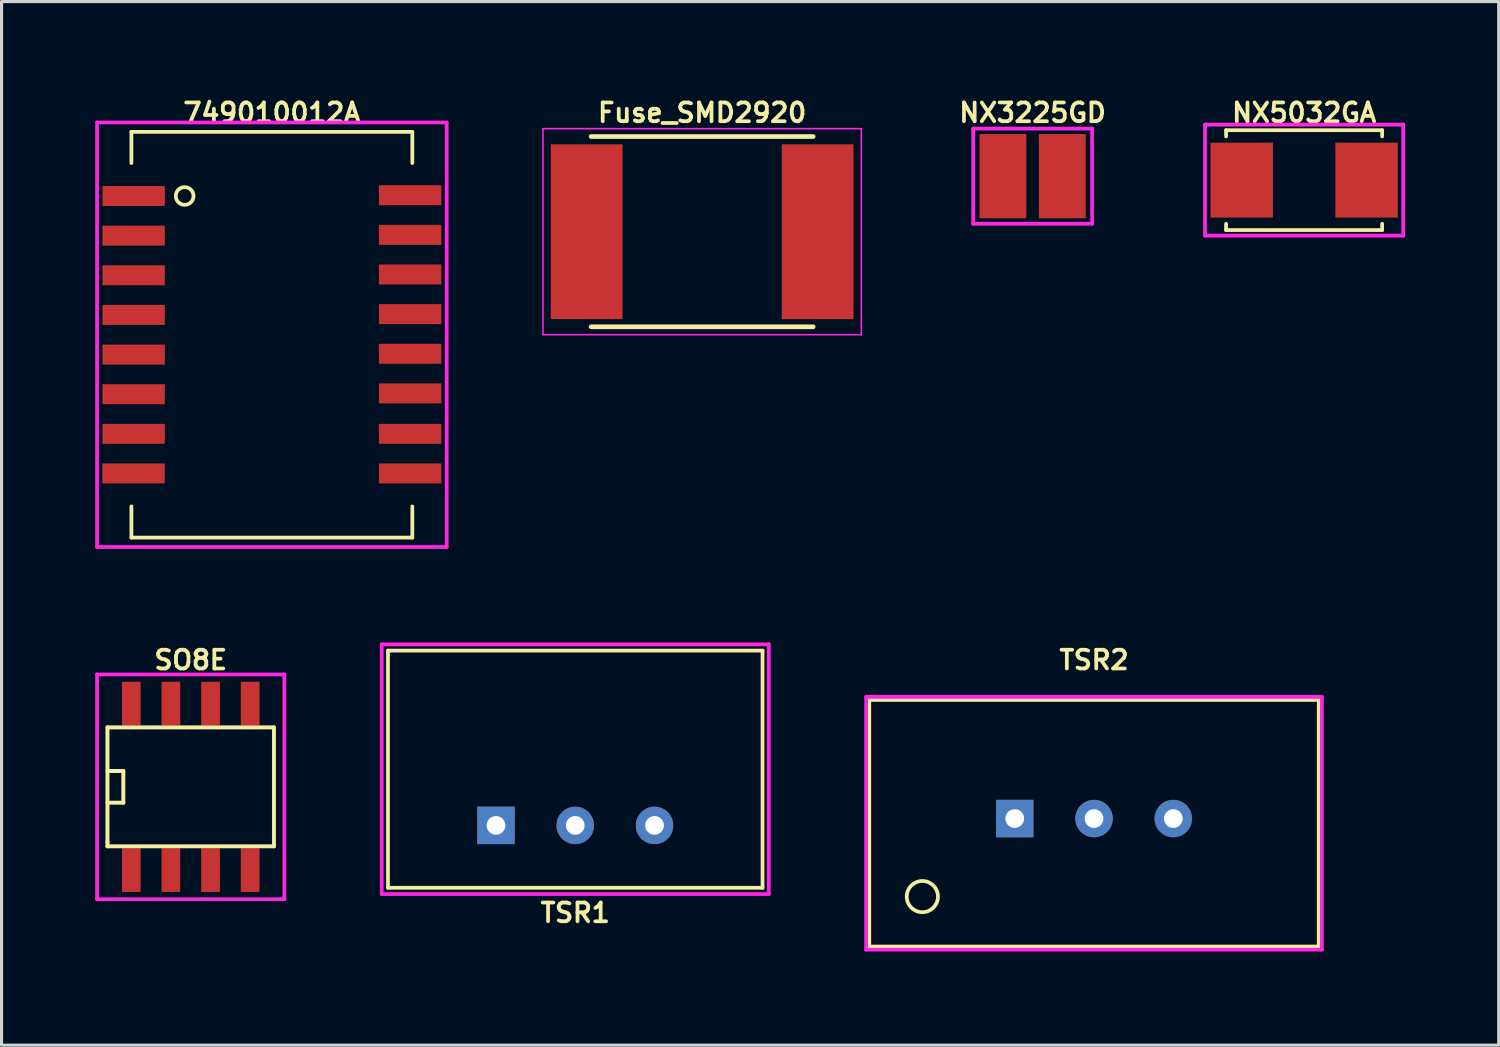
<source format=kicad_pcb>
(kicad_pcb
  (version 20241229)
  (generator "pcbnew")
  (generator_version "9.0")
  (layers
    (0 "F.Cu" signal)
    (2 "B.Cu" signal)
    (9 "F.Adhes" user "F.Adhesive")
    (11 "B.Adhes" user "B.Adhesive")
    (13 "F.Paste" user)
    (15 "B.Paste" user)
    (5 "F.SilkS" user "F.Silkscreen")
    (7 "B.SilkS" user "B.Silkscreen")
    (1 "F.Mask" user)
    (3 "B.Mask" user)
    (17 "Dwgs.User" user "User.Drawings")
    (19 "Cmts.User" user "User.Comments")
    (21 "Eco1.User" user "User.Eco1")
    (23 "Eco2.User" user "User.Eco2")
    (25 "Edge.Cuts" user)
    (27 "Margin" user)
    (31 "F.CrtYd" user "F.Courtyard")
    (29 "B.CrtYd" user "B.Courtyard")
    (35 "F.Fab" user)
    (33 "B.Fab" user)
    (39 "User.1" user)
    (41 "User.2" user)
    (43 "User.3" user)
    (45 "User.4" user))
  (footprint "TSR2"
    (layer "F.Cu")
    (at 32 23.175)
    (property "Reference" "TSR2" (at 0 -5.08 0) (layer "F.SilkS") (effects (font (size 0.6 0.6) (thickness 0.12))))
    (attr through_hole)
    (fp_line (start -7.2 -3.8) (end 7.2 -3.8) (stroke (width 0.12) (type solid)) (layer "F.SilkS"))
    (fp_line (start -7.2 4.1) (end -7.2 -3.8) (stroke (width 0.12) (type solid)) (layer "F.SilkS"))
    (fp_line (start 7.2 -3.8) (end 7.2 4.1) (stroke (width 0.12) (type solid)) (layer "F.SilkS"))
    (fp_line (start 7.2 4.1) (end -7.2 4.1) (stroke (width 0.12) (type solid)) (layer "F.SilkS"))
    (fp_circle (center -5.5 2.5) (end -5.5 3) (stroke (width 0.12) (type solid)) (fill no) (layer "F.SilkS"))
    (fp_line (start -7.3 -3.9) (end 7.3 -3.9) (stroke (width 0.12) (type solid)) (layer "F.CrtYd"))
    (fp_line (start -7.3 4.2) (end -7.3 -3.9) (stroke (width 0.12) (type solid)) (layer "F.CrtYd"))
    (fp_line (start 7.3 -3.9) (end 7.3 4.2) (stroke (width 0.12) (type solid)) (layer "F.CrtYd"))
    (fp_line (start 7.3 4.2) (end -7.3 4.2) (stroke (width 0.12) (type solid)) (layer "F.CrtYd"))
    (pad "1" thru_hole rect (at -2.54 0) (size 1.2 1.2) (drill 0.6) (layers "*.Cu" "*.Mask"))
    (pad "2" thru_hole circle (at 0 0) (size 1.2 1.2) (drill 0.6) (layers "*.Cu" "*.Mask"))
    (pad "3" thru_hole circle (at 2.54 0) (size 1.2 1.2) (drill 0.6) (layers "*.Cu" "*.Mask")))
  (footprint "749010012A"
    (layer "F.Cu")
    (at 5.66 7.674)
    (property "Reference" "749010012A" (at 0 -7.112 0) (layer "F.SilkS") (effects (font (size 0.6 0.6) (thickness 0.12))))
    (attr through_hole)
    (fp_line (start -4.5 -6.5) (end 4.5 -6.5) (stroke (width 0.12) (type solid)) (layer "F.SilkS"))
    (fp_line (start -4.5 -5.5) (end -4.5 -6.5) (stroke (width 0.12) (type solid)) (layer "F.SilkS"))
    (fp_line (start -4.5 5.5) (end -4.5 6.5) (stroke (width 0.12) (type solid)) (layer "F.SilkS"))
    (fp_line (start -4.5 6.5) (end 4.5 6.5) (stroke (width 0.12) (type solid)) (layer "F.SilkS"))
    (fp_line (start 4.5 -6.5) (end 4.5 -5.5) (stroke (width 0.12) (type solid)) (layer "F.SilkS"))
    (fp_line (start 4.5 6.5) (end 4.5 5.5) (stroke (width 0.12) (type solid)) (layer "F.SilkS"))
    (fp_circle (center -2.794 -4.445) (end -3.048 -4.572) (stroke (width 0.12) (type solid)) (fill no) (layer "F.SilkS"))
    (fp_line (start -5.6 -6.8) (end 5.6 -6.8) (stroke (width 0.12) (type solid)) (layer "F.CrtYd"))
    (fp_line (start -5.6 6.8) (end -5.6 -6.8) (stroke (width 0.12) (type solid)) (layer "F.CrtYd"))
    (fp_line (start 5.6 -6.8) (end 5.6 6.8) (stroke (width 0.12) (type solid)) (layer "F.CrtYd"))
    (fp_line (start 5.6 6.8) (end -5.6 6.8) (stroke (width 0.12) (type solid)) (layer "F.CrtYd"))
    (pad "1" smd rect (at -4.43 -4.445) (size 2 0.64) (layers "F.Cu" "F.Mask" "F.Paste"))
    (pad "2" smd rect (at -4.43 -3.175) (size 2 0.64) (layers "F.Cu" "F.Mask" "F.Paste"))
    (pad "3" smd rect (at -4.43 -1.905) (size 2 0.64) (layers "F.Cu" "F.Mask" "F.Paste"))
    (pad "4" smd rect (at -4.43 -0.635) (size 2 0.64) (layers "F.Cu" "F.Mask" "F.Paste"))
    (pad "5" smd rect (at -4.43 0.635) (size 2 0.64) (layers "F.Cu" "F.Mask" "F.Paste"))
    (pad "6" smd rect (at -4.43 1.905) (size 2 0.64) (layers "F.Cu" "F.Mask" "F.Paste"))
    (pad "7" smd rect (at -4.43 3.175) (size 2 0.64) (layers "F.Cu" "F.Mask" "F.Paste"))
    (pad "8" smd rect (at -4.432 4.445) (size 2 0.64) (layers "F.Cu" "F.Mask" "F.Paste"))
    (pad "9" smd rect (at 4.43 4.445) (size 2 0.64) (layers "F.Cu" "F.Mask" "F.Paste"))
    (pad "10" smd rect (at 4.43 3.175) (size 2 0.64) (layers "F.Cu" "F.Mask" "F.Paste"))
    (pad "11" smd rect (at 4.43 1.88) (size 2 0.64) (layers "F.Cu" "F.Mask" "F.Paste"))
    (pad "12" smd rect (at 4.43 0.61) (size 2 0.64) (layers "F.Cu" "F.Mask" "F.Paste"))
    (pad "13" smd rect (at 4.43 -0.66) (size 2 0.64) (layers "F.Cu" "F.Mask" "F.Paste"))
    (pad "14" smd rect (at 4.43 -1.93) (size 2 0.64) (layers "F.Cu" "F.Mask" "F.Paste"))
    (pad "15" smd rect (at 4.43 -3.2) (size 2 0.64) (layers "F.Cu" "F.Mask" "F.Paste"))
    (pad "16" smd rect (at 4.43 -4.47) (size 2 0.64) (layers "F.Cu" "F.Mask" "F.Paste")))
  (footprint "SO8E"
    (layer "F.Cu")
    (at 3.06 22.159)
    (property "Reference" "SO8E" (at 0 -4.064 0) (layer "F.SilkS") (effects (font (size 0.6 0.6) (thickness 0.12))))
    (attr smd)
    (fp_line (start -2.667 -1.905) (end -2.667 1.778) (stroke (width 0.127) (type solid)) (layer "F.SilkS"))
    (fp_line (start -2.667 -0.508) (end -2.159 -0.508) (stroke (width 0.127) (type solid)) (layer "F.SilkS"))
    (fp_line (start -2.667 1.778) (end -2.667 1.905) (stroke (width 0.127) (type solid)) (layer "F.SilkS"))
    (fp_line (start -2.667 1.905) (end 2.667 1.905) (stroke (width 0.127) (type solid)) (layer "F.SilkS"))
    (fp_line (start -2.159 -0.508) (end -2.159 0.508) (stroke (width 0.127) (type solid)) (layer "F.SilkS"))
    (fp_line (start -2.159 0.508) (end -2.667 0.508) (stroke (width 0.127) (type solid)) (layer "F.SilkS"))
    (fp_line (start 2.667 -1.905) (end -2.667 -1.905) (stroke (width 0.127) (type solid)) (layer "F.SilkS"))
    (fp_line (start 2.667 -1.905) (end 2.667 1.905) (stroke (width 0.127) (type solid)) (layer "F.SilkS"))
    (fp_line (start -3 -3.6) (end 3 -3.6) (stroke (width 0.12) (type solid)) (layer "F.CrtYd"))
    (fp_line (start -3 3.6) (end -3 -3.6) (stroke (width 0.12) (type solid)) (layer "F.CrtYd"))
    (fp_line (start 3 -3.6) (end 3 3.6) (stroke (width 0.12) (type solid)) (layer "F.CrtYd"))
    (fp_line (start 3 3.6) (end -3 3.6) (stroke (width 0.12) (type solid)) (layer "F.CrtYd"))
    (pad "1" smd rect (at -1.905 2.667) (size 0.599 1.4) (layers "F.Cu" "F.Mask" "F.Paste"))
    (pad "2" smd rect (at -0.635 2.667) (size 0.599 1.4) (layers "F.Cu" "F.Mask" "F.Paste"))
    (pad "3" smd rect (at 0.635 2.667) (size 0.599 1.4) (layers "F.Cu" "F.Mask" "F.Paste"))
    (pad "4" smd rect (at 1.905 2.667) (size 0.599 1.4) (layers "F.Cu" "F.Mask" "F.Paste"))
    (pad "5" smd rect (at 1.905 -2.667) (size 0.599 1.4) (layers "F.Cu" "F.Mask" "F.Paste"))
    (pad "6" smd rect (at 0.635 -2.667) (size 0.599 1.4) (layers "F.Cu" "F.Mask" "F.Paste"))
    (pad "7" smd rect (at -0.635 -2.667) (size 0.599 1.4) (layers "F.Cu" "F.Mask" "F.Paste"))
    (pad "8" smd rect (at -1.905 -2.667) (size 0.599 1.4) (layers "F.Cu" "F.Mask" "F.Paste")))
  (footprint "NX3225GD"
    (layer "F.Cu")
    (at 30.033 2.594)
    (property "Reference" "NX3225GD" (at 0 -2.032 0) (layer "F.SilkS") (effects (font (size 0.6 0.6) (thickness 0.12))))
    (attr through_hole)
    (fp_line (start -1.905 -1.524) (end 1.905 -1.524) (stroke (width 0.12) (type solid)) (layer "F.CrtYd"))
    (fp_line (start -1.905 1.524) (end -1.905 -1.524) (stroke (width 0.12) (type solid)) (layer "F.CrtYd"))
    (fp_line (start 1.905 -1.524) (end 1.905 1.524) (stroke (width 0.12) (type solid)) (layer "F.CrtYd"))
    (fp_line (start 1.905 1.524) (end -1.905 1.524) (stroke (width 0.12) (type solid)) (layer "F.CrtYd"))
    (pad "1" smd rect (at -0.95 0) (size 1.5 2.7) (layers "F.Cu" "F.Mask" "F.Paste"))
    (pad "2" smd rect (at 0.95 0) (size 1.5 2.7) (layers "F.Cu" "F.Mask" "F.Paste")))
  (footprint "Fuse_SMD2920"
    (layer "F.Cu")
    (at 19.445 4.372)
    (property "Reference" "Fuse_SMD2920" (at 0 -3.81 0) (layer "F.SilkS") (effects (font (size 0.6 0.6) (thickness 0.12))))
    (attr smd)
    (fp_line (start -3.556 -3.048) (end 3.556 -3.048) (stroke (width 0.15) (type solid)) (layer "F.SilkS"))
    (fp_line (start -3.556 3.048) (end 3.556 3.048) (stroke (width 0.15) (type solid)) (layer "F.SilkS"))
    (fp_line (start -5.1 -3.3) (end -5.1 3.3) (stroke (width 0.05) (type solid)) (layer "F.CrtYd"))
    (fp_line (start -5.1 -3.3) (end 5.1 -3.3) (stroke (width 0.05) (type solid)) (layer "F.CrtYd"))
    (fp_line (start -5.1 3.3) (end 5.1 3.3) (stroke (width 0.05) (type solid)) (layer "F.CrtYd"))
    (fp_line (start 5.1 -3.3) (end 5.1 3.3) (stroke (width 0.05) (type solid)) (layer "F.CrtYd"))
    (pad "1" smd rect (at -3.7 0 90) (size 5.6 2.3) (layers "F.Cu" "F.Mask" "F.Paste"))
    (pad "2" smd rect (at 3.7 0 90) (size 5.6 2.3) (layers "F.Cu" "F.Mask" "F.Paste")))
  (footprint "TSR1"
    (layer "F.Cu")
    (at 15.38 23.394)
    (property "Reference" "TSR1" (at 0 2.8 0) (layer "F.SilkS") (effects (font (size 0.6 0.6) (thickness 0.12))))
    (attr through_hole)
    (fp_line (start -6 -5.6) (end 6 -5.6) (stroke (width 0.12) (type solid)) (layer "F.SilkS"))
    (fp_line (start -6 2) (end -6 -5.6) (stroke (width 0.12) (type solid)) (layer "F.SilkS"))
    (fp_line (start -6 2) (end 6 2) (stroke (width 0.12) (type solid)) (layer "F.SilkS"))
    (fp_line (start 6 -5.6) (end 6 2) (stroke (width 0.12) (type solid)) (layer "F.SilkS"))
    (fp_line (start -6.2 -5.8) (end 6.2 -5.8) (stroke (width 0.12) (type solid)) (layer "F.CrtYd"))
    (fp_line (start -6.2 2.2) (end -6.2 -5.8) (stroke (width 0.12) (type solid)) (layer "F.CrtYd"))
    (fp_line (start 6.2 -5.8) (end 6.2 2.2) (stroke (width 0.12) (type solid)) (layer "F.CrtYd"))
    (fp_line (start 6.2 2.2) (end -6.2 2.2) (stroke (width 0.12) (type solid)) (layer "F.CrtYd"))
    (pad "1" thru_hole rect (at -2.54 0) (size 1.2 1.2) (drill 0.6) (layers "*.Cu" "*.Mask"))
    (pad "2" thru_hole circle (at 0 0) (size 1.2 1.2) (drill 0.6) (layers "*.Cu" "*.Mask"))
    (pad "3" thru_hole circle (at 2.54 0) (size 1.2 1.2) (drill 0.6) (layers "*.Cu" "*.Mask")))
  (footprint "NX5032GA"
    (layer "F.Cu")
    (at 38.731 2.721)
    (property "Reference" "NX5032GA" (at 0 -2.159 0) (layer "F.SilkS") (effects (font (size 0.6 0.6) (thickness 0.12))))
    (attr through_hole)
    (fp_line (start -2.5 -1.6) (end -2.5 -1.4) (stroke (width 0.12) (type solid)) (layer "F.SilkS"))
    (fp_line (start -2.5 -1.6) (end 2.5 -1.6) (stroke (width 0.12) (type solid)) (layer "F.SilkS"))
    (fp_line (start -2.5 1.6) (end -2.5 1.4) (stroke (width 0.12) (type solid)) (layer "F.SilkS"))
    (fp_line (start -2.5 1.6) (end 2.5 1.6) (stroke (width 0.12) (type solid)) (layer "F.SilkS"))
    (fp_line (start 2.5 -1.6) (end 2.5 -1.4) (stroke (width 0.12) (type solid)) (layer "F.SilkS"))
    (fp_line (start 2.5 1.6) (end 2.5 1.4) (stroke (width 0.12) (type solid)) (layer "F.SilkS"))
    (fp_line (start -3.175 -1.778) (end 3.175 -1.778) (stroke (width 0.12) (type solid)) (layer "F.CrtYd"))
    (fp_line (start -3.175 1.778) (end -3.175 -1.778) (stroke (width 0.12) (type solid)) (layer "F.CrtYd"))
    (fp_line (start 3.175 -1.778) (end 3.175 1.778) (stroke (width 0.12) (type solid)) (layer "F.CrtYd"))
    (fp_line (start 3.175 1.778) (end -3.175 1.778) (stroke (width 0.12) (type solid)) (layer "F.CrtYd"))
    (pad "1" smd rect (at -2 0) (size 2 2.4) (layers "F.Cu" "F.Mask" "F.Paste"))
    (pad "2" smd rect (at 2 0) (size 2 2.4) (layers "F.Cu" "F.Mask" "F.Paste")))
  (gr_rect
    (start -3 -3)
    (end 44.966 30.435)
    (stroke (width 0.1) (type default))
    (fill no)
    (layer "Edge.Cuts")))
</source>
